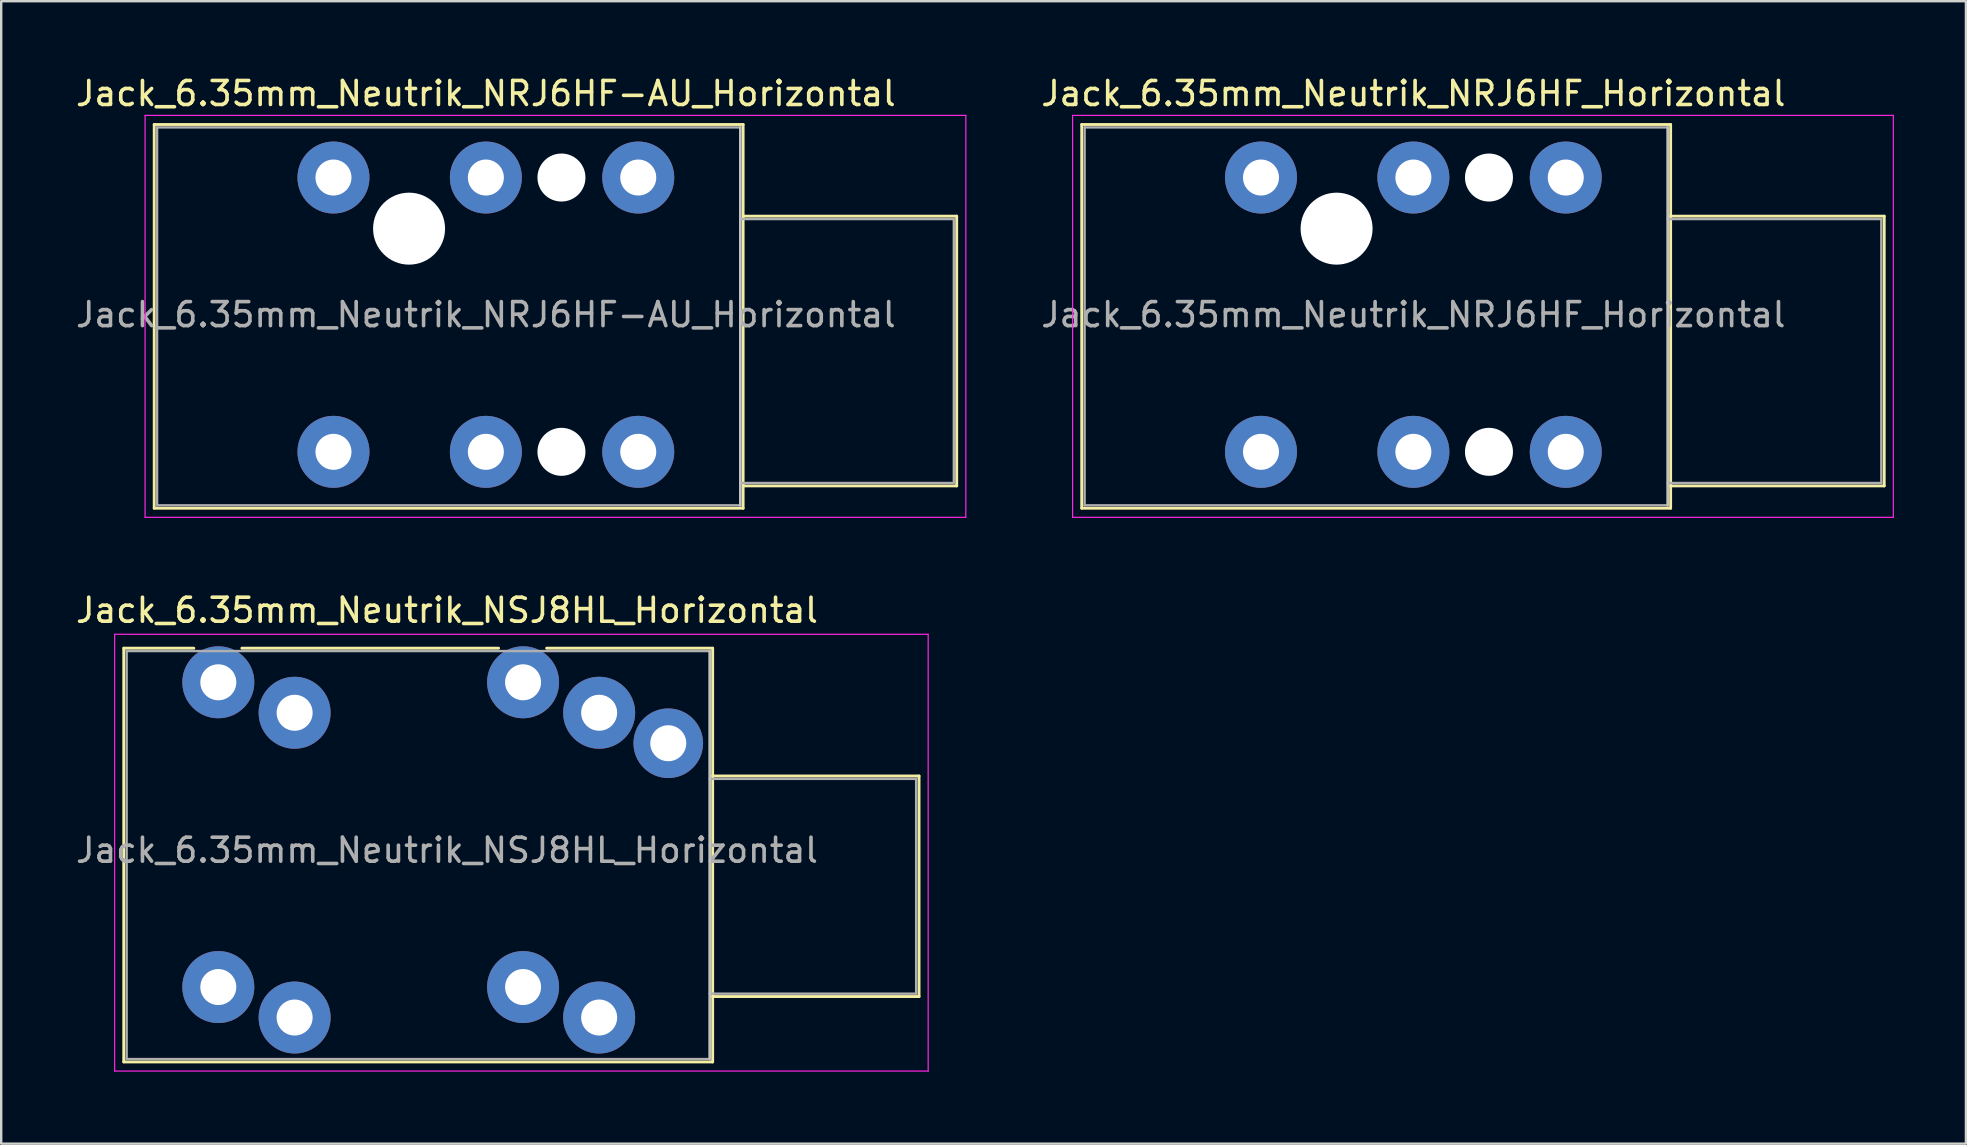
<source format=kicad_pcb>
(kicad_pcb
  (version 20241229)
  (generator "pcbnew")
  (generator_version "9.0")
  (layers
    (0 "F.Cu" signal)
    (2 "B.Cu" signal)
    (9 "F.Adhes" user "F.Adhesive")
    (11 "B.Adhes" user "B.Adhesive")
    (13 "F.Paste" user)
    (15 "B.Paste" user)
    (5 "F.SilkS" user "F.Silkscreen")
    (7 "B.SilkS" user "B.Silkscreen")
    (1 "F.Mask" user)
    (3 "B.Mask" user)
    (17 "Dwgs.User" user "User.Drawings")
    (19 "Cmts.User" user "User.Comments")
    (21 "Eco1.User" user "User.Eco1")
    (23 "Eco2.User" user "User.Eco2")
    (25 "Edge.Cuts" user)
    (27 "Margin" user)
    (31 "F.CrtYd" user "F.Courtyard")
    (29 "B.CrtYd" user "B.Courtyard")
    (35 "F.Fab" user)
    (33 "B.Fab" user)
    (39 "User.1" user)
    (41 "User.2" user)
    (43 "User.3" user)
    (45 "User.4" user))
  (footprint "Jack_6.35mm_Neutrik_NRJ6HF_Horizontal"
    (layer "F.Cu")
    (at 49.496 4.348)
    (property "Reference" "Jack_6.35mm_Neutrik_NRJ6HF_Horizontal" (at 6.35 -3.5 0) (layer "F.SilkS") (effects (font (size 1 1) (thickness 0.15))))
    (attr through_hole)
    (fp_line (start -7.47 -2.21) (end 17.07 -2.21) (stroke (width 0.12) (type solid)) (layer "F.SilkS"))
    (fp_line (start -7.47 13.78) (end -7.47 -2.21) (stroke (width 0.12) (type solid)) (layer "F.SilkS"))
    (fp_line (start -7.47 13.78) (end 17.07 13.78) (stroke (width 0.12) (type solid)) (layer "F.SilkS"))
    (fp_line (start 17.07 -2.21) (end 17.07 13.78) (stroke (width 0.12) (type solid)) (layer "F.SilkS"))
    (fp_line (start 25.97 1.61) (end 17.07 1.61) (stroke (width 0.12) (type solid)) (layer "F.SilkS"))
    (fp_line (start 25.97 12.85) (end 17.07 12.85) (stroke (width 0.12) (type solid)) (layer "F.SilkS"))
    (fp_line (start 25.97 12.85) (end 25.97 1.61) (stroke (width 0.12) (type solid)) (layer "F.SilkS"))
    (fp_line (start 16.95 -2.09) (end 16.95 13.66) (stroke (width 0.1) (type solid)) (layer "Dwgs.User"))
    (fp_line (start -7.85 14.16) (end -7.85 -2.59) (stroke (width 0.05) (type solid)) (layer "F.CrtYd"))
    (fp_line (start -7.85 14.16) (end 26.35 14.16) (stroke (width 0.05) (type solid)) (layer "F.CrtYd"))
    (fp_line (start 26.35 -2.59) (end -7.85 -2.59) (stroke (width 0.05) (type solid)) (layer "F.CrtYd"))
    (fp_line (start 26.35 14.16) (end 26.35 -2.59) (stroke (width 0.05) (type solid)) (layer "F.CrtYd"))
    (fp_line (start -7.35 -2.09) (end 16.95 -2.09) (stroke (width 0.1) (type solid)) (layer "F.Fab"))
    (fp_line (start -7.35 13.66) (end -7.35 -2.09) (stroke (width 0.1) (type solid)) (layer "F.Fab"))
    (fp_line (start 16.95 -2.09) (end 16.95 13.66) (stroke (width 0.1) (type solid)) (layer "F.Fab"))
    (fp_line (start 16.95 12.73) (end 25.85 12.73) (stroke (width 0.1) (type solid)) (layer "F.Fab"))
    (fp_line (start 16.95 13.66) (end -7.35 13.66) (stroke (width 0.1) (type solid)) (layer "F.Fab"))
    (fp_line (start 25.85 1.73) (end 16.95 1.73) (stroke (width 0.1) (type solid)) (layer "F.Fab"))
    (fp_line (start 25.85 12.73) (end 25.85 1.73) (stroke (width 0.1) (type solid)) (layer "F.Fab"))
    (fp_text user "${REFERENCE}" (at 6.35 5.715 0) (layer "F.Fab") (effects (font (size 1 1) (thickness 0.15))))
    (pad "" np_thru_hole circle (at 3.15 2.13) (size 3 3) (drill 3) (layers "*.Cu" "*.Mask"))
    (pad "" np_thru_hole circle (at 9.5 0) (size 2 2) (drill 2) (layers "*.Cu" "*.Mask"))
    (pad "" np_thru_hole circle (at 9.5 11.43) (size 2 2) (drill 2) (layers "*.Cu" "*.Mask"))
    (pad "R" thru_hole circle (at 6.35 0) (size 3 3) (drill 1.5) (layers "*.Cu" "*.Mask"))
    (pad "RN" thru_hole circle (at 6.35 11.43) (size 3 3) (drill 1.5) (layers "*.Cu" "*.Mask"))
    (pad "S" thru_hole circle (at 12.7 0) (size 3 3) (drill 1.5) (layers "*.Cu" "*.Mask"))
    (pad "SN" thru_hole circle (at 12.7 11.43) (size 3 3) (drill 1.5) (layers "*.Cu" "*.Mask"))
    (pad "T" thru_hole circle (at 0 0) (size 3 3) (drill 1.5) (layers "*.Cu" "*.Mask"))
    (pad "TN" thru_hole circle (at 0 11.43) (size 3 3) (drill 1.5) (layers "*.Cu" "*.Mask")))
  (footprint "Jack_6.35mm_Neutrik_NSJ8HL_Horizontal"
    (layer "F.Cu")
    (at 6.047 25.381)
    (property "Reference" "Jack_6.35mm_Neutrik_NSJ8HL_Horizontal" (at 9.53 -3 0) (layer "F.SilkS") (effects (font (size 1 1) (thickness 0.15))))
    (attr through_hole)
    (fp_line (start -3.94 -1.42) (end -1.02 -1.42) (stroke (width 0.12) (type solid)) (layer "F.SilkS"))
    (fp_line (start -3.94 15.82) (end -3.94 -1.42) (stroke (width 0.12) (type solid)) (layer "F.SilkS"))
    (fp_line (start -3.94 15.82) (end 20.6 15.82) (stroke (width 0.12) (type solid)) (layer "F.SilkS"))
    (fp_line (start 0.98 -1.42) (end 11.68 -1.42) (stroke (width 0.12) (type solid)) (layer "F.SilkS"))
    (fp_line (start 13.68 -1.42) (end 20.6 -1.42) (stroke (width 0.12) (type solid)) (layer "F.SilkS"))
    (fp_line (start 20.6 -1.42) (end 20.6 15.82) (stroke (width 0.12) (type solid)) (layer "F.SilkS"))
    (fp_line (start 29.2 3.905) (end 20.6 3.905) (stroke (width 0.12) (type solid)) (layer "F.SilkS"))
    (fp_line (start 29.2 13.095) (end 20.6 13.095) (stroke (width 0.12) (type solid)) (layer "F.SilkS"))
    (fp_line (start 29.2 13.095) (end 29.2 3.905) (stroke (width 0.12) (type solid)) (layer "F.SilkS"))
    (fp_line (start 20.48 -1.3) (end 20.48 15.7) (stroke (width 0.1) (type solid)) (layer "Dwgs.User"))
    (fp_line (start -4.32 16.2) (end -4.32 -2) (stroke (width 0.05) (type solid)) (layer "F.CrtYd"))
    (fp_line (start -4.32 16.2) (end 29.58 16.2) (stroke (width 0.05) (type solid)) (layer "F.CrtYd"))
    (fp_line (start 29.58 -2) (end -4.32 -2) (stroke (width 0.05) (type solid)) (layer "F.CrtYd"))
    (fp_line (start 29.58 16.2) (end 29.58 -2) (stroke (width 0.05) (type solid)) (layer "F.CrtYd"))
    (fp_line (start -3.82 -1.3) (end 20.48 -1.3) (stroke (width 0.1) (type solid)) (layer "F.Fab"))
    (fp_line (start -3.82 15.7) (end -3.82 -1.3) (stroke (width 0.1) (type solid)) (layer "F.Fab"))
    (fp_line (start 20.48 -1.3) (end 20.48 15.7) (stroke (width 0.1) (type solid)) (layer "F.Fab"))
    (fp_line (start 20.48 12.975) (end 29.08 12.975) (stroke (width 0.1) (type solid)) (layer "F.Fab"))
    (fp_line (start 20.48 15.7) (end -3.82 15.7) (stroke (width 0.1) (type solid)) (layer "F.Fab"))
    (fp_line (start 29.08 4.025) (end 20.48 4.025) (stroke (width 0.1) (type solid)) (layer "F.Fab"))
    (fp_line (start 29.08 12.975) (end 29.08 4.025) (stroke (width 0.1) (type solid)) (layer "F.Fab"))
    (fp_text user "${REFERENCE}" (at 9.53 7 0) (layer "F.Fab") (effects (font (size 1 1) (thickness 0.15))))
    (pad "G" thru_hole circle (at 18.75 2.54) (size 2.9 2.9) (drill 1.5) (layers "*.Cu" "*.Mask"))
    (pad "S1" thru_hole circle (at 12.7 0) (size 3 3) (drill 1.5) (layers "*.Cu" "*.Mask"))
    (pad "S2" thru_hole circle (at 15.87 1.27) (size 3 3) (drill 1.5) (layers "*.Cu" "*.Mask"))
    (pad "SN1" thru_hole circle (at 12.7 12.7) (size 3 3) (drill 1.5) (layers "*.Cu" "*.Mask"))
    (pad "SN2" thru_hole circle (at 15.87 13.97) (size 3 3) (drill 1.5) (layers "*.Cu" "*.Mask"))
    (pad "T1" thru_hole circle (at 0 0) (size 3 3) (drill 1.5) (layers "*.Cu" "*.Mask"))
    (pad "T2" thru_hole circle (at 3.18 1.27) (size 3 3) (drill 1.5) (layers "*.Cu" "*.Mask"))
    (pad "TN1" thru_hole circle (at 0 12.7) (size 3 3) (drill 1.5) (layers "*.Cu" "*.Mask"))
    (pad "TN2" thru_hole circle (at 3.18 13.97) (size 3 3) (drill 1.5) (layers "*.Cu" "*.Mask")))
  (footprint "Jack_6.35mm_Neutrik_NRJ6HF-AU_Horizontal"
    (layer "F.Cu")
    (at 10.846 4.348)
    (property "Reference" "Jack_6.35mm_Neutrik_NRJ6HF-AU_Horizontal" (at 6.35 -3.5 0) (layer "F.SilkS") (effects (font (size 1 1) (thickness 0.15))))
    (attr through_hole)
    (fp_line (start -7.47 -2.21) (end 17.07 -2.21) (stroke (width 0.12) (type solid)) (layer "F.SilkS"))
    (fp_line (start -7.47 13.78) (end -7.47 -2.21) (stroke (width 0.12) (type solid)) (layer "F.SilkS"))
    (fp_line (start -7.47 13.78) (end 17.07 13.78) (stroke (width 0.12) (type solid)) (layer "F.SilkS"))
    (fp_line (start 17.07 -2.21) (end 17.07 13.78) (stroke (width 0.12) (type solid)) (layer "F.SilkS"))
    (fp_line (start 25.97 1.61) (end 17.07 1.61) (stroke (width 0.12) (type solid)) (layer "F.SilkS"))
    (fp_line (start 25.97 12.85) (end 17.07 12.85) (stroke (width 0.12) (type solid)) (layer "F.SilkS"))
    (fp_line (start 25.97 12.85) (end 25.97 1.61) (stroke (width 0.12) (type solid)) (layer "F.SilkS"))
    (fp_line (start 16.95 -2.09) (end 16.95 13.66) (stroke (width 0.1) (type solid)) (layer "Dwgs.User"))
    (fp_line (start -7.85 14.16) (end -7.85 -2.59) (stroke (width 0.05) (type solid)) (layer "F.CrtYd"))
    (fp_line (start -7.85 14.16) (end 26.35 14.16) (stroke (width 0.05) (type solid)) (layer "F.CrtYd"))
    (fp_line (start 26.35 -2.59) (end -7.85 -2.59) (stroke (width 0.05) (type solid)) (layer "F.CrtYd"))
    (fp_line (start 26.35 14.16) (end 26.35 -2.59) (stroke (width 0.05) (type solid)) (layer "F.CrtYd"))
    (fp_line (start -7.35 -2.09) (end 16.95 -2.09) (stroke (width 0.1) (type solid)) (layer "F.Fab"))
    (fp_line (start -7.35 13.66) (end -7.35 -2.09) (stroke (width 0.1) (type solid)) (layer "F.Fab"))
    (fp_line (start 16.95 -2.09) (end 16.95 13.66) (stroke (width 0.1) (type solid)) (layer "F.Fab"))
    (fp_line (start 16.95 12.73) (end 25.85 12.73) (stroke (width 0.1) (type solid)) (layer "F.Fab"))
    (fp_line (start 16.95 13.66) (end -7.35 13.66) (stroke (width 0.1) (type solid)) (layer "F.Fab"))
    (fp_line (start 25.85 1.73) (end 16.95 1.73) (stroke (width 0.1) (type solid)) (layer "F.Fab"))
    (fp_line (start 25.85 12.73) (end 25.85 1.73) (stroke (width 0.1) (type solid)) (layer "F.Fab"))
    (fp_text user "${REFERENCE}" (at 6.35 5.715 0) (layer "F.Fab") (effects (font (size 1 1) (thickness 0.15))))
    (pad "" np_thru_hole circle (at 3.15 2.13) (size 3 3) (drill 3) (layers "*.Cu" "*.Mask"))
    (pad "" np_thru_hole circle (at 9.5 0) (size 2 2) (drill 2) (layers "*.Cu" "*.Mask"))
    (pad "" np_thru_hole circle (at 9.5 11.43) (size 2 2) (drill 2) (layers "*.Cu" "*.Mask"))
    (pad "R" thru_hole circle (at 6.35 0) (size 3 3) (drill 1.5) (layers "*.Cu" "*.Mask"))
    (pad "RN" thru_hole circle (at 6.35 11.43) (size 3 3) (drill 1.5) (layers "*.Cu" "*.Mask"))
    (pad "S" thru_hole circle (at 12.7 0) (size 3 3) (drill 1.5) (layers "*.Cu" "*.Mask"))
    (pad "SN" thru_hole circle (at 12.7 11.43) (size 3 3) (drill 1.5) (layers "*.Cu" "*.Mask"))
    (pad "T" thru_hole circle (at 0 0) (size 3 3) (drill 1.5) (layers "*.Cu" "*.Mask"))
    (pad "TN" thru_hole circle (at 0 11.43) (size 3 3) (drill 1.5) (layers "*.Cu" "*.Mask")))
  (gr_rect
    (start -3 -3)
    (end 78.871 44.606)
    (stroke (width 0.1) (type default))
    (fill no)
    (layer "Edge.Cuts")))
</source>
